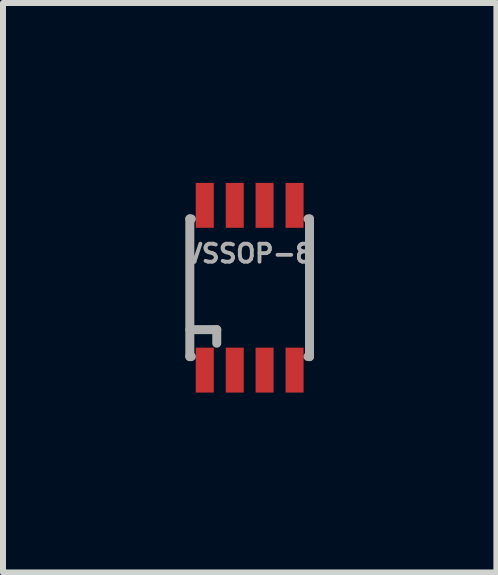
<source format=kicad_pcb>
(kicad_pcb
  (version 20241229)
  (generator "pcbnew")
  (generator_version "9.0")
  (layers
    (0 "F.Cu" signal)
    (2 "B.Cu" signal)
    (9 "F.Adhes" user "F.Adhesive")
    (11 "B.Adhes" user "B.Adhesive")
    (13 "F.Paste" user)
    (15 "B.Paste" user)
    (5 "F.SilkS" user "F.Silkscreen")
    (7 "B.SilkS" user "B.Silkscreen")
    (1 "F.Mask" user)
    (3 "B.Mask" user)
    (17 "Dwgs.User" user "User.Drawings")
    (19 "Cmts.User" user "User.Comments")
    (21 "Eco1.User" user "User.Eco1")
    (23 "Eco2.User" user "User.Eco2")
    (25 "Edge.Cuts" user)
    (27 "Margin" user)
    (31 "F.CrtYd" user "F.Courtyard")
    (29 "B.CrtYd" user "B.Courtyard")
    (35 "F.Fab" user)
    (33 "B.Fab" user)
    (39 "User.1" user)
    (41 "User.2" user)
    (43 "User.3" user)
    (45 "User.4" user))
  (footprint "VSSOP-8"
    (layer "F.Cu")
    (at 1.114 1.749)
    (property "Reference" "VSSOP-8" (at 0 -0.57 0) (layer "F.Fab") (effects (font (size 0.3 0.3) (thickness 0.064))))
    (attr through_hole)
    (fp_line (start -0.998 -1.148) (end -0.998 1.148) (stroke (width 0.15) (type solid)) (layer "F.Fab"))
    (fp_line (start -0.998 -1.148) (end -0.973 -1.148) (stroke (width 0.15) (type solid)) (layer "F.Fab"))
    (fp_line (start -0.998 0.699) (end -0.549 0.699) (stroke (width 0.15) (type solid)) (layer "F.Fab"))
    (fp_line (start -0.998 1.148) (end -0.973 1.148) (stroke (width 0.15) (type solid)) (layer "F.Fab"))
    (fp_line (start -0.549 0.699) (end -0.549 0.925) (stroke (width 0.15) (type solid)) (layer "F.Fab"))
    (fp_line (start 0.973 -1.148) (end 0.998 -1.148) (stroke (width 0.15) (type solid)) (layer "F.Fab"))
    (fp_line (start 0.973 1.148) (end 0.998 1.148) (stroke (width 0.15) (type solid)) (layer "F.Fab"))
    (fp_line (start 0.998 -1.148) (end 0.998 1.148) (stroke (width 0.15) (type solid)) (layer "F.Fab"))
    (pad "1" smd rect (at -0.749 1.374 180) (size 0.3 0.749) (layers "F.Cu" "F.Mask" "F.Paste"))
    (pad "2" smd rect (at -0.249 1.374 180) (size 0.3 0.749) (layers "F.Cu" "F.Mask" "F.Paste"))
    (pad "3" smd rect (at 0.249 1.374 180) (size 0.3 0.749) (layers "F.Cu" "F.Mask" "F.Paste"))
    (pad "4" smd rect (at 0.749 1.374 180) (size 0.3 0.749) (layers "F.Cu" "F.Mask" "F.Paste"))
    (pad "5" smd rect (at 0.749 -1.374) (size 0.3 0.749) (layers "F.Cu" "F.Mask" "F.Paste"))
    (pad "6" smd rect (at 0.249 -1.374) (size 0.3 0.749) (layers "F.Cu" "F.Mask" "F.Paste"))
    (pad "7" smd rect (at -0.249 -1.374) (size 0.3 0.749) (layers "F.Cu" "F.Mask" "F.Paste"))
    (pad "8" smd rect (at -0.749 -1.374) (size 0.3 0.749) (layers "F.Cu" "F.Mask" "F.Paste")))
  (gr_rect
    (start -3 -3)
    (end 5.229 6.498)
    (stroke (width 0.1) (type default))
    (fill no)
    (layer "Edge.Cuts")))
</source>
